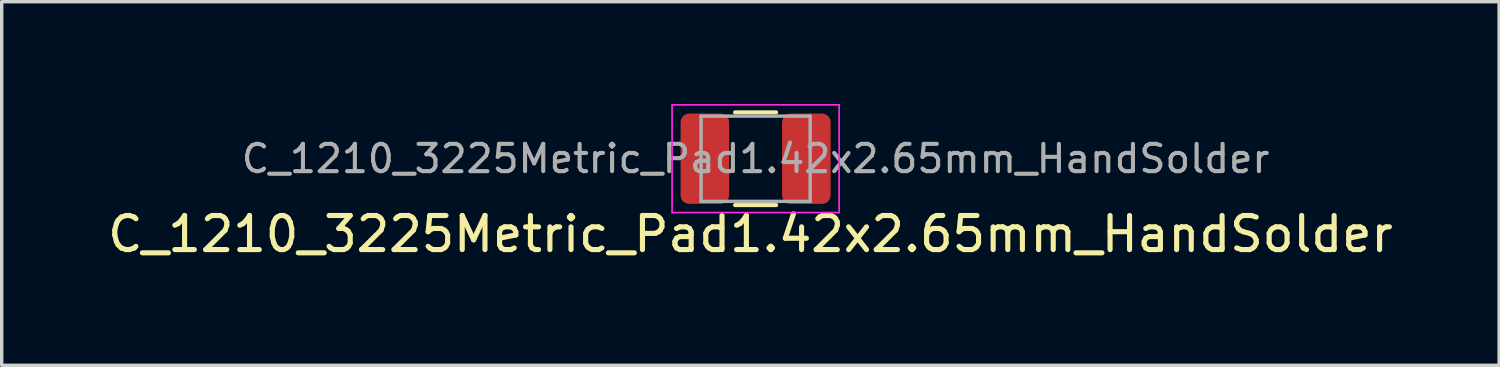
<source format=kicad_pcb>
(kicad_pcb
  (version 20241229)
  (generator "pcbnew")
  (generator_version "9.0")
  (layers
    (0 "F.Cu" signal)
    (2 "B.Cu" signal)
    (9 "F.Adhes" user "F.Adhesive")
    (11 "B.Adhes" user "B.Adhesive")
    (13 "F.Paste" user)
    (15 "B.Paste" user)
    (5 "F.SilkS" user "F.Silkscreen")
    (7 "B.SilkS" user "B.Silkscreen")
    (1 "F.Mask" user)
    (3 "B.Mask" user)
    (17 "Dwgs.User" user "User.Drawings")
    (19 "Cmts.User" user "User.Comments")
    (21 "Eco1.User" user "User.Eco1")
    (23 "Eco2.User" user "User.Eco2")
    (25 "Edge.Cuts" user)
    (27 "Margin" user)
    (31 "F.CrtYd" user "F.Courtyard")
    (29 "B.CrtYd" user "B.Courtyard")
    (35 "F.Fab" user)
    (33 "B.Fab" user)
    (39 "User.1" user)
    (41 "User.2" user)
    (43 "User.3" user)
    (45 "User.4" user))
  (footprint "C_1210_3225Metric_Pad1.42x2.65mm_HandSolder"
    (layer "F.Cu")
    (at 19.111 1.605)
    (property "Reference" "C_1210_3225Metric_Pad1.42x2.65mm_HandSolder" (at -0.152 2.21 180) (layer "F.SilkS") (effects (font (size 1 1) (thickness 0.15))))
    (attr smd)
    (fp_line (start -0.602 -1.36) (end 0.602 -1.36) (stroke (width 0.12) (type solid)) (layer "F.SilkS"))
    (fp_line (start -0.602 1.36) (end 0.602 1.36) (stroke (width 0.12) (type solid)) (layer "F.SilkS"))
    (fp_line (start -2.45 -1.58) (end 2.45 -1.58) (stroke (width 0.05) (type solid)) (layer "F.CrtYd"))
    (fp_line (start -2.45 1.58) (end -2.45 -1.58) (stroke (width 0.05) (type solid)) (layer "F.CrtYd"))
    (fp_line (start 2.45 -1.58) (end 2.45 1.58) (stroke (width 0.05) (type solid)) (layer "F.CrtYd"))
    (fp_line (start 2.45 1.58) (end -2.45 1.58) (stroke (width 0.05) (type solid)) (layer "F.CrtYd"))
    (fp_line (start -1.6 -1.25) (end 1.6 -1.25) (stroke (width 0.1) (type solid)) (layer "F.Fab"))
    (fp_line (start -1.6 1.25) (end -1.6 -1.25) (stroke (width 0.1) (type solid)) (layer "F.Fab"))
    (fp_line (start 1.6 -1.25) (end 1.6 1.25) (stroke (width 0.1) (type solid)) (layer "F.Fab"))
    (fp_line (start 1.6 1.25) (end -1.6 1.25) (stroke (width 0.1) (type solid)) (layer "F.Fab"))
    (fp_text user "${REFERENCE}" (at 0 0 180) (layer "F.Fab") (effects (font (size 0.8 0.8) (thickness 0.12))))
    (pad "1" smd roundrect (at -1.488 0) (size 1.425 2.65) (layers "F.Cu" "F.Mask" "F.Paste") (roundrect_rratio 0.175))
    (pad "2" smd roundrect (at 1.488 0) (size 1.425 2.65) (layers "F.Cu" "F.Mask" "F.Paste") (roundrect_rratio 0.175)))
  (gr_rect
    (start -3 -3)
    (end 40.917 7.663)
    (stroke (width 0.1) (type default))
    (fill no)
    (layer "Edge.Cuts")))
</source>
